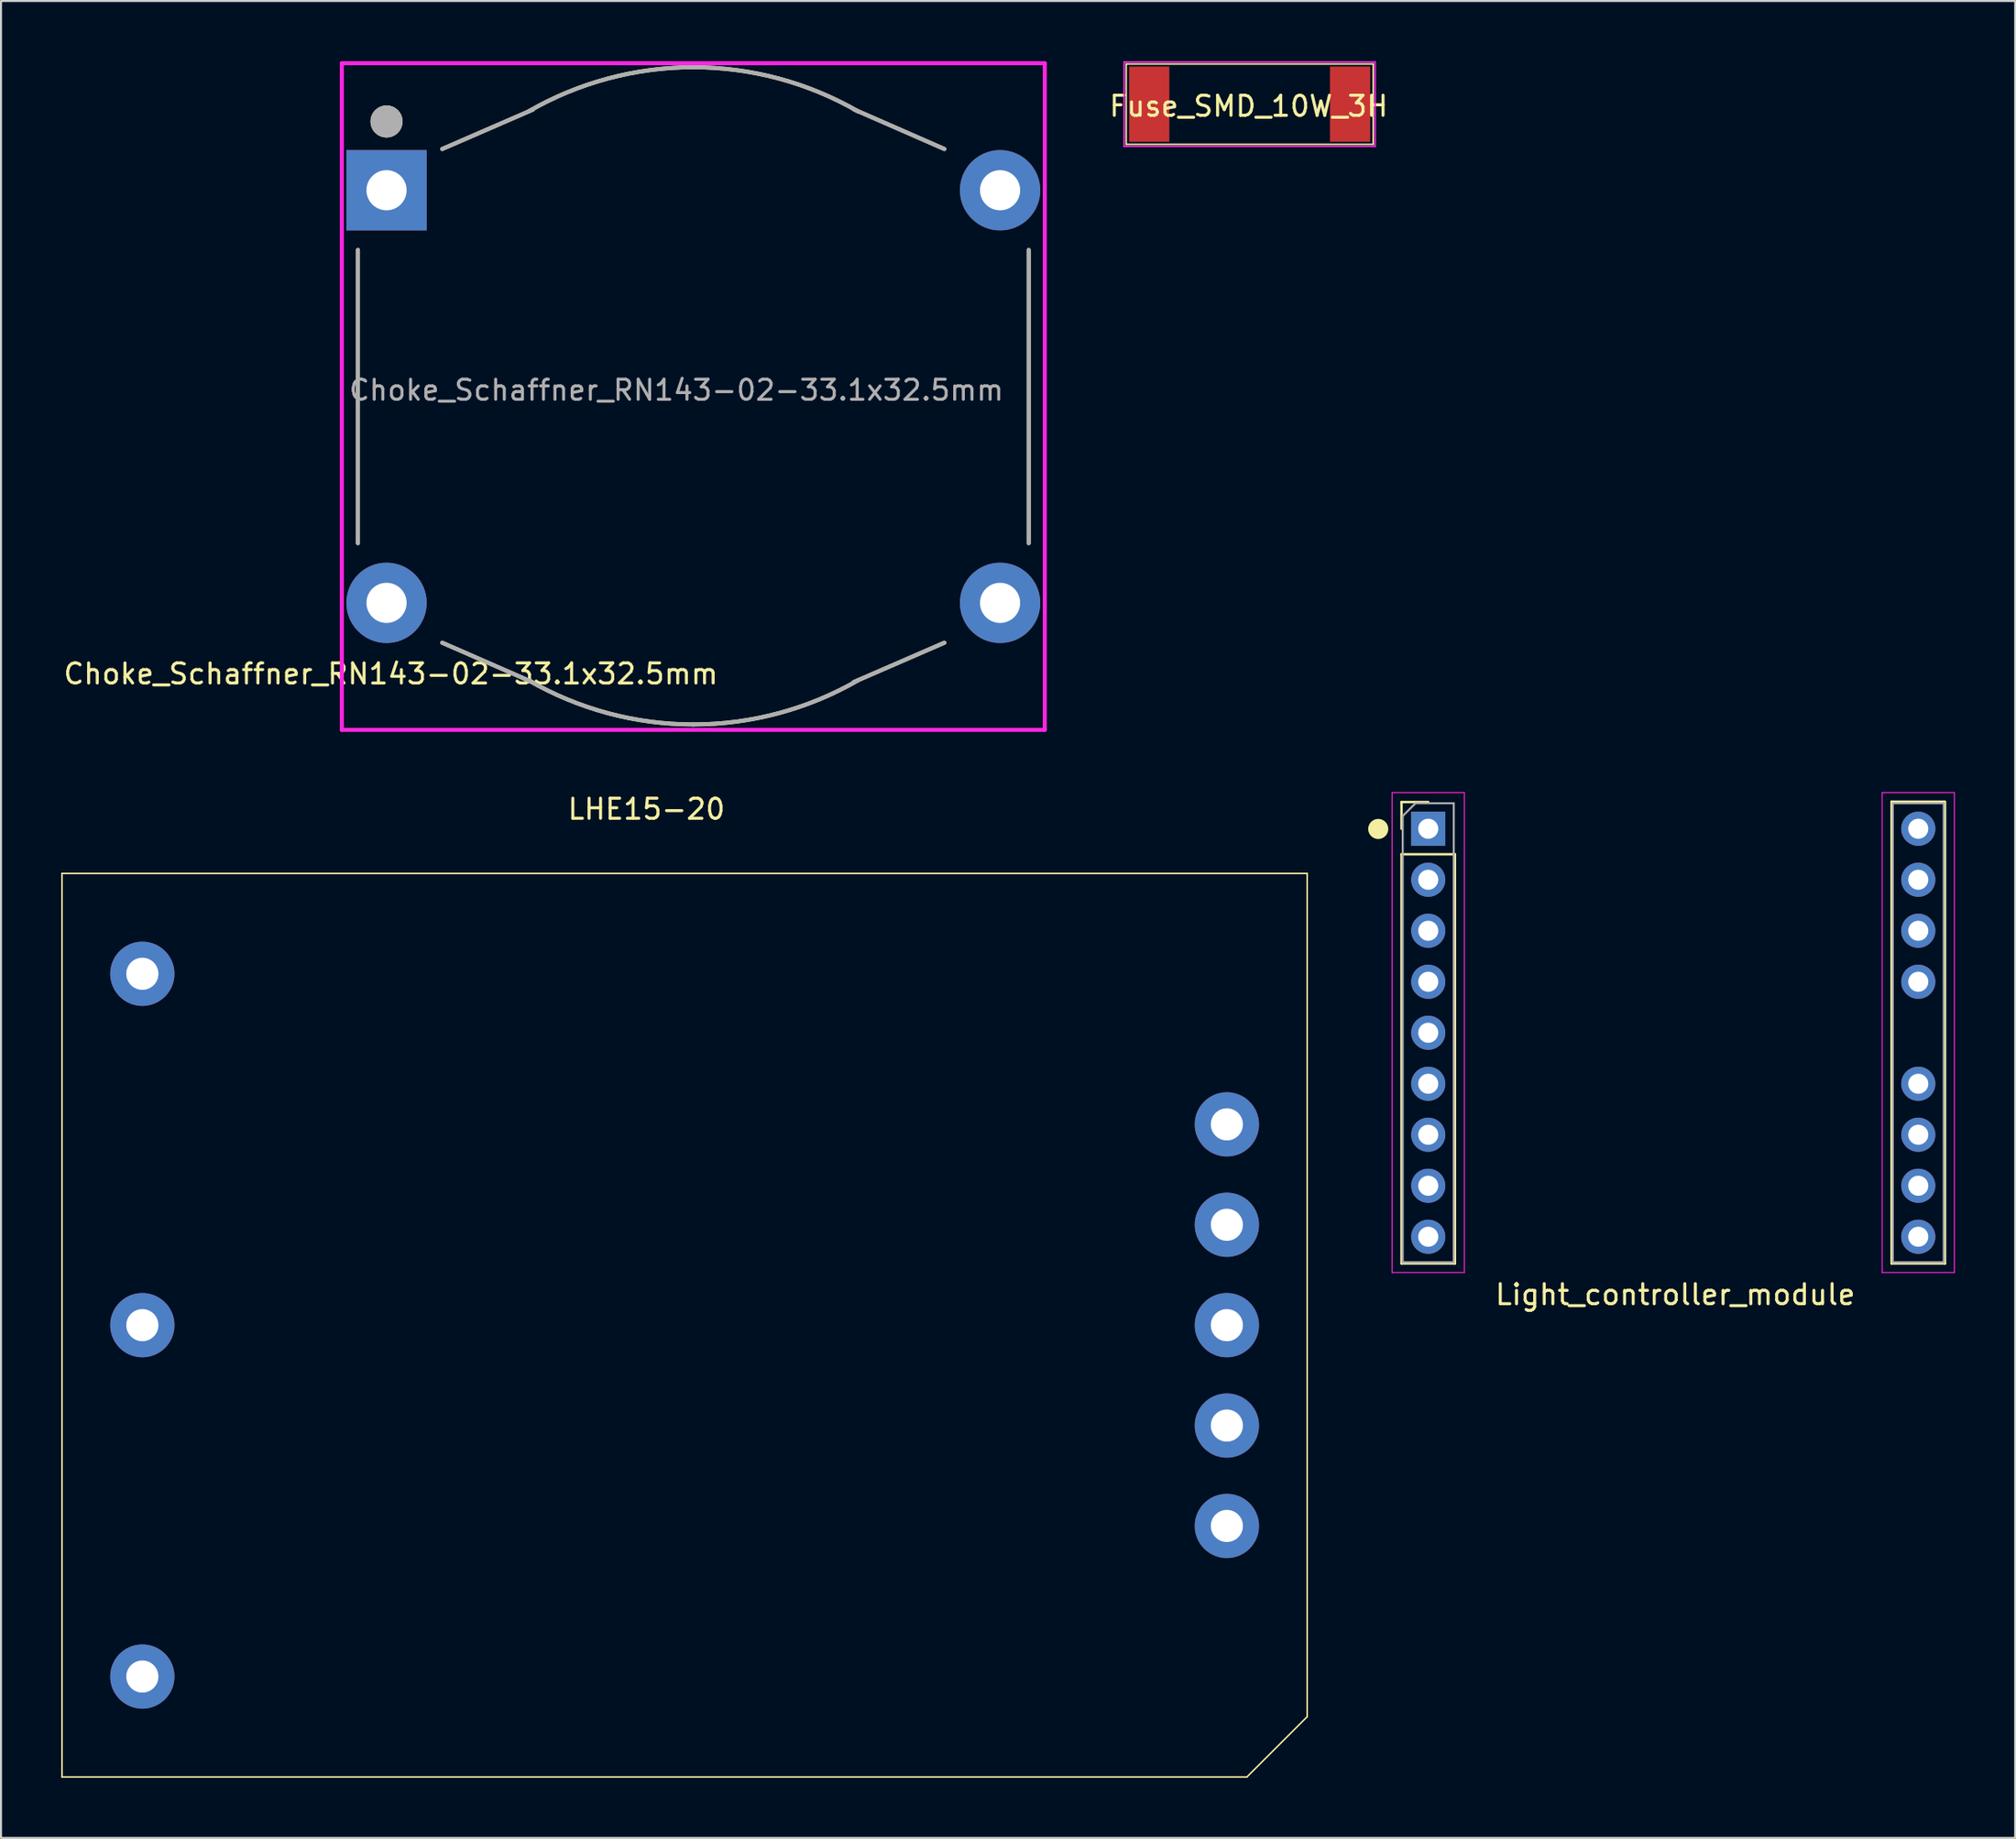
<source format=kicad_pcb>
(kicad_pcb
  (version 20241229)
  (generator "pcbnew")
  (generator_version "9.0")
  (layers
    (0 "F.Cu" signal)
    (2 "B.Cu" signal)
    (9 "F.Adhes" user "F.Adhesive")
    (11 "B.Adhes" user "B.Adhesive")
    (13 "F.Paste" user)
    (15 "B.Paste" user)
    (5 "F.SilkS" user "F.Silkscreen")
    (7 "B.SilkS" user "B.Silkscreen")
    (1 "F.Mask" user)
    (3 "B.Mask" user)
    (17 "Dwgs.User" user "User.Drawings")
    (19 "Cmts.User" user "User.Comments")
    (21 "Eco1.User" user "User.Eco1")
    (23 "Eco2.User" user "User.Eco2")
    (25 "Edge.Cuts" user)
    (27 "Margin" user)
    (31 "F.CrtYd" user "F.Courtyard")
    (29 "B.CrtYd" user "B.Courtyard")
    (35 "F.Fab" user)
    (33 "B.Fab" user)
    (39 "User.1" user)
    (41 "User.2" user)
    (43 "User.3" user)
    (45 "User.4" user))
  (footprint "Light_controller_module"
    (layer "F.Cu")
    (at 80.375 48.435)
    (property "Reference" "Light_controller_module" (at -0.01 12.99 0) (layer "F.SilkS") (effects (font (size 1 1) (thickness 0.15))))
    (attr through_hole)
    (fp_line (start -13.64 -11.54) (end -12.31 -11.54) (stroke (width 0.12) (type solid)) (layer "F.SilkS"))
    (fp_line (start -13.64 -10.21) (end -13.64 -11.54) (stroke (width 0.12) (type solid)) (layer "F.SilkS"))
    (fp_line (start -13.64 -8.94) (end -13.64 11.44) (stroke (width 0.12) (type solid)) (layer "F.SilkS"))
    (fp_line (start -13.64 -8.94) (end -10.98 -8.94) (stroke (width 0.12) (type solid)) (layer "F.SilkS"))
    (fp_line (start -13.64 11.44) (end -10.98 11.44) (stroke (width 0.12) (type solid)) (layer "F.SilkS"))
    (fp_line (start -10.98 -8.94) (end -10.98 11.44) (stroke (width 0.12) (type solid)) (layer "F.SilkS"))
    (fp_line (start 10.76 -11.56) (end 10.76 11.44) (stroke (width 0.12) (type solid)) (layer "F.SilkS"))
    (fp_line (start 10.76 -11.56) (end 13.39 -11.56) (stroke (width 0.12) (type solid)) (layer "F.SilkS"))
    (fp_line (start 10.76 11.44) (end 13.42 11.44) (stroke (width 0.12) (type solid)) (layer "F.SilkS"))
    (fp_line (start 13.42 -11.56) (end 13.42 11.44) (stroke (width 0.12) (type solid)) (layer "F.SilkS"))
    (fp_circle (center -14.8 -10.2) (end -14.55 -10.2) (stroke (width 0.5) (type solid)) (fill no) (layer "F.SilkS"))
    (fp_line (start -14.11 -12.01) (end -14.11 11.89) (stroke (width 0.05) (type solid)) (layer "F.CrtYd"))
    (fp_line (start -14.11 11.89) (end -10.51 11.89) (stroke (width 0.05) (type solid)) (layer "F.CrtYd"))
    (fp_line (start -10.51 -12.01) (end -14.11 -12.01) (stroke (width 0.05) (type solid)) (layer "F.CrtYd"))
    (fp_line (start -10.51 11.89) (end -10.51 -12.01) (stroke (width 0.05) (type solid)) (layer "F.CrtYd"))
    (fp_line (start 10.29 -12.01) (end 10.29 11.89) (stroke (width 0.05) (type solid)) (layer "F.CrtYd"))
    (fp_line (start 10.29 11.89) (end 13.89 11.89) (stroke (width 0.05) (type solid)) (layer "F.CrtYd"))
    (fp_line (start 13.89 -12.01) (end 10.29 -12.01) (stroke (width 0.05) (type solid)) (layer "F.CrtYd"))
    (fp_line (start 13.89 11.89) (end 13.89 -12.01) (stroke (width 0.05) (type solid)) (layer "F.CrtYd"))
    (fp_line (start -13.58 -10.845) (end -12.945 -11.48) (stroke (width 0.1) (type solid)) (layer "F.Fab"))
    (fp_line (start -13.58 11.38) (end -13.58 -10.845) (stroke (width 0.1) (type solid)) (layer "F.Fab"))
    (fp_line (start -12.945 -11.48) (end -11.04 -11.48) (stroke (width 0.1) (type solid)) (layer "F.Fab"))
    (fp_line (start -11.04 -11.48) (end -11.04 11.38) (stroke (width 0.1) (type solid)) (layer "F.Fab"))
    (fp_line (start -11.04 11.38) (end -13.58 11.38) (stroke (width 0.1) (type solid)) (layer "F.Fab"))
    (fp_line (start 10.82 -11.48) (end 13.36 -11.48) (stroke (width 0.1) (type solid)) (layer "F.Fab"))
    (fp_line (start 10.82 11.38) (end 10.82 -11.48) (stroke (width 0.1) (type solid)) (layer "F.Fab"))
    (fp_line (start 13.36 -11.48) (end 13.36 11.38) (stroke (width 0.1) (type solid)) (layer "F.Fab"))
    (fp_line (start 13.36 11.38) (end 10.82 11.38) (stroke (width 0.1) (type solid)) (layer "F.Fab"))
    (pad "1" thru_hole rect (at -12.31 -10.21) (size 1.7 1.7) (drill 1) (layers "*.Cu" "*.Mask"))
    (pad "2" thru_hole oval (at -12.31 -7.67) (size 1.7 1.7) (drill 1) (layers "*.Cu" "*.Mask"))
    (pad "3" thru_hole oval (at -12.31 -5.13) (size 1.7 1.7) (drill 1) (layers "*.Cu" "*.Mask"))
    (pad "4" thru_hole oval (at -12.31 -2.59) (size 1.7 1.7) (drill 1) (layers "*.Cu" "*.Mask"))
    (pad "5" thru_hole oval (at -12.31 -0.05) (size 1.7 1.7) (drill 1) (layers "*.Cu" "*.Mask"))
    (pad "6" thru_hole oval (at -12.31 2.49) (size 1.7 1.7) (drill 1) (layers "*.Cu" "*.Mask"))
    (pad "7" thru_hole oval (at -12.31 5.03) (size 1.7 1.7) (drill 1) (layers "*.Cu" "*.Mask"))
    (pad "8" thru_hole oval (at -12.31 7.57) (size 1.7 1.7) (drill 1) (layers "*.Cu" "*.Mask"))
    (pad "9" thru_hole oval (at -12.31 10.11) (size 1.7 1.7) (drill 1) (layers "*.Cu" "*.Mask"))
    (pad "10" thru_hole oval (at 12.09 10.11) (size 1.7 1.7) (drill 1) (layers "*.Cu" "*.Mask"))
    (pad "11" thru_hole oval (at 12.09 7.57) (size 1.7 1.7) (drill 1) (layers "*.Cu" "*.Mask"))
    (pad "12" thru_hole oval (at 12.09 5.03) (size 1.7 1.7) (drill 1) (layers "*.Cu" "*.Mask"))
    (pad "13" thru_hole oval (at 12.09 2.49) (size 1.7 1.7) (drill 1) (layers "*.Cu" "*.Mask"))
    (pad "14" thru_hole oval (at 12.09 -2.59) (size 1.7 1.7) (drill 1) (layers "*.Cu" "*.Mask"))
    (pad "15" thru_hole oval (at 12.09 -5.13) (size 1.7 1.7) (drill 1) (layers "*.Cu" "*.Mask"))
    (pad "16" thru_hole oval (at 12.09 -7.67) (size 1.7 1.7) (drill 1) (layers "*.Cu" "*.Mask"))
    (pad "17" thru_hole oval (at 12.09 -10.21) (size 1.7 1.7) (drill 1) (layers "*.Cu" "*.Mask")))
  (footprint "LHE15-20"
    (layer "F.Cu")
    (at 31.038 62.948)
    (property "Reference" "LHE15-20" (at -1.9 -25.7 0) (layer "F.SilkS") (effects (font (size 1 1) (thickness 0.15))))
    (attr through_hole)
    (fp_line (start -31 -22.5) (end -31 22.5) (stroke (width 0.075) (type solid)) (layer "F.SilkS"))
    (fp_line (start -31 -22.5) (end 31 -22.5) (stroke (width 0.075) (type solid)) (layer "F.SilkS"))
    (fp_line (start -31 22.5) (end 28 22.5) (stroke (width 0.075) (type solid)) (layer "F.SilkS"))
    (fp_line (start 28 22.5) (end 31 19.5) (stroke (width 0.075) (type solid)) (layer "F.SilkS"))
    (fp_line (start 31 19.5) (end 31 -22.5) (stroke (width 0.075) (type solid)) (layer "F.SilkS"))
    (pad "1" thru_hole circle (at -27 -17.5) (size 3.2 3.2) (drill 1.6) (layers "*.Cu" "*.Mask"))
    (pad "2" thru_hole circle (at -27 0) (size 3.2 3.2) (drill 1.6) (layers "*.Cu" "*.Mask"))
    (pad "3" thru_hole circle (at -27 17.5) (size 3.2 3.2) (drill 1.6) (layers "*.Cu" "*.Mask"))
    (pad "4" thru_hole circle (at 27 10) (size 3.2 3.2) (drill 1.6) (layers "*.Cu" "*.Mask"))
    (pad "5" thru_hole circle (at 27 5) (size 3.2 3.2) (drill 1.6) (layers "*.Cu" "*.Mask"))
    (pad "6" thru_hole circle (at 27 0) (size 3.2 3.2) (drill 1.6) (layers "*.Cu" "*.Mask"))
    (pad "7" thru_hole circle (at 27 -5) (size 3.2 3.2) (drill 1.6) (layers "*.Cu" "*.Mask"))
    (pad "8" thru_hole circle (at 27 -10) (size 3.2 3.2) (drill 1.6) (layers "*.Cu" "*.Mask")))
  (footprint "Choke_Schaffner_RN143-02-33.1x32.5mm"
    (layer "F.Cu")
    (at 31.471 16.7)
    (property "Reference" "Choke_Schaffner_RN143-02-33.1x32.5mm" (at -15.06 13.81 0) (layer "F.SilkS") (effects (font (size 1 1) (thickness 0.15))))
    (attr through_hole)
    (fp_line (start -16.7 7.3) (end -16.7 -7.3) (stroke (width 0.2) (type solid)) (layer "F.SilkS"))
    (fp_line (start -8 14.23) (end -12.5 12.26) (stroke (width 0.2) (type solid)) (layer "F.SilkS"))
    (fp_line (start -7.99 -14.29) (end -12.5 -12.33) (stroke (width 0.2) (type solid)) (layer "F.SilkS"))
    (fp_line (start 7.99 14.22) (end 12.5 12.26) (stroke (width 0.2) (type solid)) (layer "F.SilkS"))
    (fp_line (start 8 -14.3) (end 12.5 -12.33) (stroke (width 0.2) (type solid)) (layer "F.SilkS"))
    (fp_line (start 16.7 -7.3) (end 16.7 7.3) (stroke (width 0.2) (type solid)) (layer "F.SilkS"))
    (fp_arc (start -8.2 -14.202817) (mid -4.244632 -15.841184) (end 0 -16.4) (stroke (width 0.2) (type solid)) (layer "F.SilkS"))
    (fp_arc (start 0 -16.4) (mid 4.244632 -15.841184) (end 8.2 -14.202817) (stroke (width 0.2) (type solid)) (layer "F.SilkS"))
    (fp_arc (start 0 16.33) (mid -4.244632 15.771184) (end -8.2 14.132817) (stroke (width 0.2) (type solid)) (layer "F.SilkS"))
    (fp_arc (start 8.2 14.132817) (mid 4.244632 15.771184) (end 0 16.33) (stroke (width 0.2) (type solid)) (layer "F.SilkS"))
    (fp_circle (center -15.275 -13.7) (end -14.875 -13.7) (stroke (width 0.8) (type solid)) (fill no) (layer "F.SilkS"))
    (fp_line (start -17.5 -16.6) (end -17.5 16.6) (stroke (width 0.2) (type solid)) (layer "F.CrtYd"))
    (fp_line (start -17.5 16.6) (end 17.5 16.6) (stroke (width 0.2) (type solid)) (layer "F.CrtYd"))
    (fp_line (start 17.5 -16.6) (end -17.5 -16.6) (stroke (width 0.2) (type solid)) (layer "F.CrtYd"))
    (fp_line (start 17.5 16.6) (end 17.5 -16.6) (stroke (width 0.2) (type solid)) (layer "F.CrtYd"))
    (fp_line (start -16.7 7.3) (end -16.7 -7.3) (stroke (width 0.2) (type solid)) (layer "F.Fab"))
    (fp_line (start -8 14.23) (end -12.5 12.26) (stroke (width 0.2) (type solid)) (layer "F.Fab"))
    (fp_line (start -7.99 -14.29) (end -12.5 -12.33) (stroke (width 0.2) (type solid)) (layer "F.Fab"))
    (fp_line (start 7.99 14.22) (end 12.5 12.26) (stroke (width 0.2) (type solid)) (layer "F.Fab"))
    (fp_line (start 8 -14.3) (end 12.5 -12.33) (stroke (width 0.2) (type solid)) (layer "F.Fab"))
    (fp_line (start 16.7 -7.3) (end 16.7 7.3) (stroke (width 0.2) (type solid)) (layer "F.Fab"))
    (fp_arc (start -8.2 -14.202817) (mid -4.244632 -15.841184) (end 0 -16.4) (stroke (width 0.2) (type solid)) (layer "F.Fab"))
    (fp_arc (start 0 -16.4) (mid 4.244632 -15.841184) (end 8.2 -14.202817) (stroke (width 0.2) (type solid)) (layer "F.Fab"))
    (fp_arc (start 0 16.33) (mid -4.244632 15.771184) (end -8.2 14.132817) (stroke (width 0.2) (type solid)) (layer "F.Fab"))
    (fp_arc (start 8.2 14.132817) (mid 4.244632 15.771184) (end 0 16.33) (stroke (width 0.2) (type solid)) (layer "F.Fab"))
    (fp_circle (center -15.275 -13.7) (end -14.875 -13.7) (stroke (width 0.8) (type solid)) (fill no) (layer "F.Fab"))
    (fp_text user "${REFERENCE}" (at -0.84 -0.32 0) (layer "F.Fab") (effects (font (size 1 1) (thickness 0.15))))
    (pad "1" thru_hole rect (at -15.275 -10.275) (size 4 4) (drill 2) (layers "*.Cu" "*.Mask"))
    (pad "2" thru_hole circle (at 15.275 -10.275) (size 4 4) (drill 2) (layers "*.Cu" "*.Mask"))
    (pad "3" thru_hole circle (at -15.275 10.275) (size 4 4) (drill 2) (layers "*.Cu" "*.Mask"))
    (pad "4" thru_hole circle (at 15.275 10.275) (size 4 4) (drill 2) (layers "*.Cu" "*.Mask")))
  (footprint "Fuse_SMD_10W_3H"
    (layer "F.Cu")
    (at 59.174 2.138)
    (property "Reference" "Fuse_SMD_10W_3H" (at -0.05 0.1 0) (layer "F.SilkS") (effects (font (size 1 1) (thickness 0.15))))
    (attr through_hole)
    (fp_line (start -6.15 -2) (end 6.15 -2) (stroke (width 0.075) (type solid)) (layer "F.SilkS"))
    (fp_line (start -6.15 2) (end -6.15 -2) (stroke (width 0.075) (type solid)) (layer "F.SilkS"))
    (fp_line (start -6.15 2) (end 6.15 2) (stroke (width 0.075) (type solid)) (layer "F.SilkS"))
    (fp_line (start 6.15 -2) (end 6.15 2) (stroke (width 0.075) (type solid)) (layer "F.SilkS"))
    (fp_line (start -6.25 -2.1) (end 6.25 -2.1) (stroke (width 0.075) (type solid)) (layer "F.CrtYd"))
    (fp_line (start -6.25 2.1) (end -6.25 -2.1) (stroke (width 0.075) (type solid)) (layer "F.CrtYd"))
    (fp_line (start -6.25 2.1) (end 6.25 2.1) (stroke (width 0.075) (type solid)) (layer "F.CrtYd"))
    (fp_line (start 6.25 -2.1) (end 6.25 2.1) (stroke (width 0.075) (type solid)) (layer "F.CrtYd"))
    (pad "1" smd rect (at -5 0) (size 2 3.75) (layers "F.Cu" "F.Mask" "F.Paste"))
    (pad "2" smd rect (at 5 0) (size 2 3.75) (layers "F.Cu" "F.Mask" "F.Paste")))
  (gr_rect
    (start -3 -3)
    (end 97.29 88.486)
    (stroke (width 0.1) (type default))
    (fill no)
    (layer "Edge.Cuts")))
</source>
